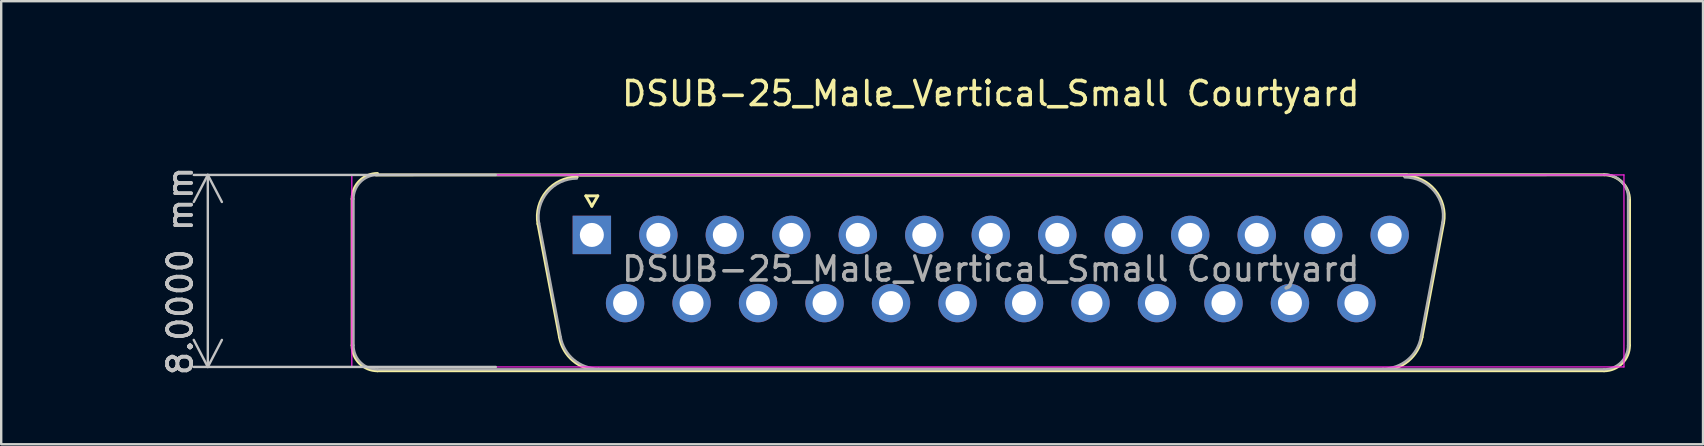
<source format=kicad_pcb>
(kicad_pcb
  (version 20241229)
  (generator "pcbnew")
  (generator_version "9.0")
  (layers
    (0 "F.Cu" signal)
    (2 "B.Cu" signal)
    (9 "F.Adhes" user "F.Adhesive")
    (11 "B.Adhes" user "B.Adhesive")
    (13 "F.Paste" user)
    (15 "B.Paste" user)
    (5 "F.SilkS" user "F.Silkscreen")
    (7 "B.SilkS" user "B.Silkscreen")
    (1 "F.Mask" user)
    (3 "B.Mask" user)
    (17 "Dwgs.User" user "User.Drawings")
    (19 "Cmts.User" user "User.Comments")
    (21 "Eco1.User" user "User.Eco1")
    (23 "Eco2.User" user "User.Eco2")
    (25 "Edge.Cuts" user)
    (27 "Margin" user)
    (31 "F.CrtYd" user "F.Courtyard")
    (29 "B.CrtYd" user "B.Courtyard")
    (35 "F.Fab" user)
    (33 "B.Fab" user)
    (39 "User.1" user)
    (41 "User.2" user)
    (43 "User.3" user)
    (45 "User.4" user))
  (footprint "DSUB-25_Male_Vertical_Small Courtyard"
    (layer "F.Cu")
    (at 21.608 6.738)
    (property "Reference" "DSUB-25_Male_Vertical_Small Courtyard" (at 16.62 -5.89 0) (layer "F.SilkS") (effects (font (size 1 1) (thickness 0.15))))
    (attr through_hole)
    (fp_line (start -9.99 4.6) (end -9.99 -1.5) (stroke (width 0.12) (type solid)) (layer "F.SilkS"))
    (fp_line (start -9 -2.5) (end 42.174 -2.506) (stroke (width 0.12) (type solid)) (layer "F.SilkS"))
    (fp_line (start -2.246 -0.462) (end -1.347 4.258) (stroke (width 0.12) (type solid)) (layer "F.SilkS"))
    (fp_line (start -0.5 -2.5) (end 33.963 -2.5) (stroke (width 0.12) (type solid)) (layer "F.SilkS"))
    (fp_line (start -0.251 -1.628) (end 0.249 -1.628) (stroke (width 0.12) (type solid)) (layer "F.SilkS"))
    (fp_line (start -0.001 -1.195) (end -0.251 -1.628) (stroke (width 0.12) (type solid)) (layer "F.SilkS"))
    (fp_line (start 0.249 -1.628) (end -0.001 -1.195) (stroke (width 0.12) (type solid)) (layer "F.SilkS"))
    (fp_line (start 0.288 5.63) (end 32.952 5.63) (stroke (width 0.12) (type solid)) (layer "F.SilkS"))
    (fp_line (start 35.486 -0.512) (end 34.587 4.258) (stroke (width 0.12) (type solid)) (layer "F.SilkS"))
    (fp_line (start 42.17 5.66) (end -8.93 5.66) (stroke (width 0.12) (type solid)) (layer "F.SilkS"))
    (fp_line (start 43.234 -1.446) (end 43.23 4.6) (stroke (width 0.12) (type solid)) (layer "F.SilkS"))
    (fp_arc (start -9.99 -1.500001) (mid -9.679533 -2.249534) (end -8.93 -2.560001) (stroke (width 0.12) (type solid)) (layer "F.SilkS"))
    (fp_arc (start -8.93 5.66) (mid -9.679533 5.349533) (end -9.99 4.6) (stroke (width 0.12) (type solid)) (layer "F.SilkS"))
    (fp_arc (start -2.24647 -0.461743) (mid -1.883323 -1.817027) (end -0.611689 -2.409999) (stroke (width 0.12) (type solid)) (layer "F.SilkS"))
    (fp_arc (start 0.287579 5.63) (mid -0.779448 5.241634) (end -1.347202 4.258256) (stroke (width 0.12) (type solid)) (layer "F.SilkS"))
    (fp_arc (start 33.851689 -2.46) (mid 35.123331 -1.867031) (end 35.48647 -0.511744) (stroke (width 0.12) (type solid)) (layer "F.SilkS"))
    (fp_arc (start 34.587202 4.258256) (mid 34.019449 5.241634) (end 32.952421 5.63) (stroke (width 0.12) (type solid)) (layer "F.SilkS"))
    (fp_arc (start 42.17399 -2.506387) (mid 42.923523 -2.19592) (end 43.23399 -1.446387) (stroke (width 0.12) (type solid)) (layer "F.SilkS"))
    (fp_arc (start 43.23 4.6) (mid 42.919533 5.349533) (end 42.17 5.66) (stroke (width 0.12) (type solid)) (layer "F.SilkS"))
    (fp_line (start -10 -2.5) (end -10 5.5) (stroke (width 0.05) (type solid)) (layer "F.CrtYd"))
    (fp_line (start -10 5.5) (end 43 5.5) (stroke (width 0.05) (type solid)) (layer "F.CrtYd"))
    (fp_line (start 43 -2.5) (end -10 -2.5) (stroke (width 0.05) (type solid)) (layer "F.CrtYd"))
    (fp_line (start 43 5.5) (end 43 -2.5) (stroke (width 0.05) (type solid)) (layer "F.CrtYd"))
    (fp_line (start -9.93 4.6) (end -9.93 -1.5) (stroke (width 0.1) (type solid)) (layer "F.Fab"))
    (fp_line (start -9 -2.5) (end 42.1 -2.5) (stroke (width 0.1) (type solid)) (layer "F.Fab"))
    (fp_line (start -2.199 -0.5) (end -1.3 4.248) (stroke (width 0.1) (type solid)) (layer "F.Fab"))
    (fp_line (start -0.623 -2.5) (end 33.863 -2.5) (stroke (width 0.1) (type solid)) (layer "F.Fab"))
    (fp_line (start 0.276 5.57) (end 32.964 5.57) (stroke (width 0.1) (type solid)) (layer "F.Fab"))
    (fp_line (start 35.439 -0.522) (end 34.54 4.248) (stroke (width 0.1) (type solid)) (layer "F.Fab"))
    (fp_line (start 42.17 5.6) (end -8.93 5.6) (stroke (width 0.1) (type solid)) (layer "F.Fab"))
    (fp_line (start 43.17 -1.8) (end 43.17 4.6) (stroke (width 0.1) (type solid)) (layer "F.Fab"))
    (fp_arc (start -9.93 -1.499999) (mid -9.637107 -2.207106) (end -8.93 -2.499999) (stroke (width 0.1) (type solid)) (layer "F.Fab"))
    (fp_arc (start -8.93 5.6) (mid -9.637107 5.307107) (end -9.93 4.6) (stroke (width 0.1) (type solid)) (layer "F.Fab"))
    (fp_arc (start -2.198886 -0.472163) (mid -1.848865 -1.77846) (end -0.623194 -2.35) (stroke (width 0.1) (type solid)) (layer "F.Fab"))
    (fp_arc (start 0.276073 5.57) (mid -0.752387 5.195671) (end -1.299619 4.247837) (stroke (width 0.1) (type solid)) (layer "F.Fab"))
    (fp_arc (start 33.863194 -2.4) (mid 35.08887 -1.828462) (end 35.438886 -0.522163) (stroke (width 0.1) (type solid)) (layer "F.Fab"))
    (fp_arc (start 34.539619 4.247837) (mid 33.992387 5.195671) (end 32.963927 5.57) (stroke (width 0.1) (type solid)) (layer "F.Fab"))
    (fp_arc (start 42.18197 -2.518206) (mid 42.889077 -2.225313) (end 43.18197 -1.518206) (stroke (width 0.1) (type solid)) (layer "F.Fab"))
    (fp_arc (start 43.17 4.6) (mid 42.877107 5.307107) (end 42.17 5.6) (stroke (width 0.1) (type solid)) (layer "F.Fab"))
    (fp_text user "${REFERENCE}" (at 16.62 1.42 0) (layer "F.Fab") (effects (font (size 1 1) (thickness 0.15))))
    (dimension (type aligned) (layer "Dwgs.User") (pts (xy 18.108 4.238) (xy 18.108 12.238)) (height 12.5) (format (prefix "") (suffix "") (units 3) (units_format 1) (precision 4)) (style (thickness 0.1) (arrow_length 1.27) (text_position_mode 0) (arrow_direction outward) (extension_height 0.586) (extension_offset 0.5) (keep_text_aligned yes)) (gr_text "8.0000 mm" (at 4.458 8.238 90) (layer "Dwgs.User") (effects (font (size 1 1) (thickness 0.15)))))
    (pad "1" thru_hole rect (at 0 0) (size 1.6 1.6) (drill 1) (layers "*.Cu" "*.Mask"))
    (pad "2" thru_hole circle (at 2.77 0) (size 1.6 1.6) (drill 1) (layers "*.Cu" "*.Mask"))
    (pad "3" thru_hole circle (at 5.54 0) (size 1.6 1.6) (drill 1) (layers "*.Cu" "*.Mask"))
    (pad "4" thru_hole circle (at 8.31 0) (size 1.6 1.6) (drill 1) (layers "*.Cu" "*.Mask"))
    (pad "5" thru_hole circle (at 11.08 0) (size 1.6 1.6) (drill 1) (layers "*.Cu" "*.Mask"))
    (pad "6" thru_hole circle (at 13.85 0) (size 1.6 1.6) (drill 1) (layers "*.Cu" "*.Mask"))
    (pad "7" thru_hole circle (at 16.62 0) (size 1.6 1.6) (drill 1) (layers "*.Cu" "*.Mask"))
    (pad "8" thru_hole circle (at 19.39 0) (size 1.6 1.6) (drill 1) (layers "*.Cu" "*.Mask"))
    (pad "9" thru_hole circle (at 22.16 0) (size 1.6 1.6) (drill 1) (layers "*.Cu" "*.Mask"))
    (pad "10" thru_hole circle (at 24.93 0) (size 1.6 1.6) (drill 1) (layers "*.Cu" "*.Mask"))
    (pad "11" thru_hole circle (at 27.7 0) (size 1.6 1.6) (drill 1) (layers "*.Cu" "*.Mask"))
    (pad "12" thru_hole circle (at 30.47 0) (size 1.6 1.6) (drill 1) (layers "*.Cu" "*.Mask"))
    (pad "13" thru_hole circle (at 33.24 0) (size 1.6 1.6) (drill 1) (layers "*.Cu" "*.Mask"))
    (pad "14" thru_hole circle (at 1.385 2.84) (size 1.6 1.6) (drill 1) (layers "*.Cu" "*.Mask"))
    (pad "15" thru_hole circle (at 4.155 2.84) (size 1.6 1.6) (drill 1) (layers "*.Cu" "*.Mask"))
    (pad "16" thru_hole circle (at 6.925 2.84) (size 1.6 1.6) (drill 1) (layers "*.Cu" "*.Mask"))
    (pad "17" thru_hole circle (at 9.695 2.84) (size 1.6 1.6) (drill 1) (layers "*.Cu" "*.Mask"))
    (pad "18" thru_hole circle (at 12.465 2.84) (size 1.6 1.6) (drill 1) (layers "*.Cu" "*.Mask"))
    (pad "19" thru_hole circle (at 15.235 2.84) (size 1.6 1.6) (drill 1) (layers "*.Cu" "*.Mask"))
    (pad "20" thru_hole circle (at 18.005 2.84) (size 1.6 1.6) (drill 1) (layers "*.Cu" "*.Mask"))
    (pad "21" thru_hole circle (at 20.775 2.84) (size 1.6 1.6) (drill 1) (layers "*.Cu" "*.Mask"))
    (pad "22" thru_hole circle (at 23.545 2.84) (size 1.6 1.6) (drill 1) (layers "*.Cu" "*.Mask"))
    (pad "23" thru_hole circle (at 26.315 2.84) (size 1.6 1.6) (drill 1) (layers "*.Cu" "*.Mask"))
    (pad "24" thru_hole circle (at 29.085 2.84) (size 1.6 1.6) (drill 1) (layers "*.Cu" "*.Mask"))
    (pad "25" thru_hole circle (at 31.855 2.84) (size 1.6 1.6) (drill 1) (layers "*.Cu" "*.Mask")))
  (gr_rect
    (start -3 -3)
    (end 67.902 15.458)
    (stroke (width 0.1) (type default))
    (fill no)
    (layer "Edge.Cuts")))
</source>
